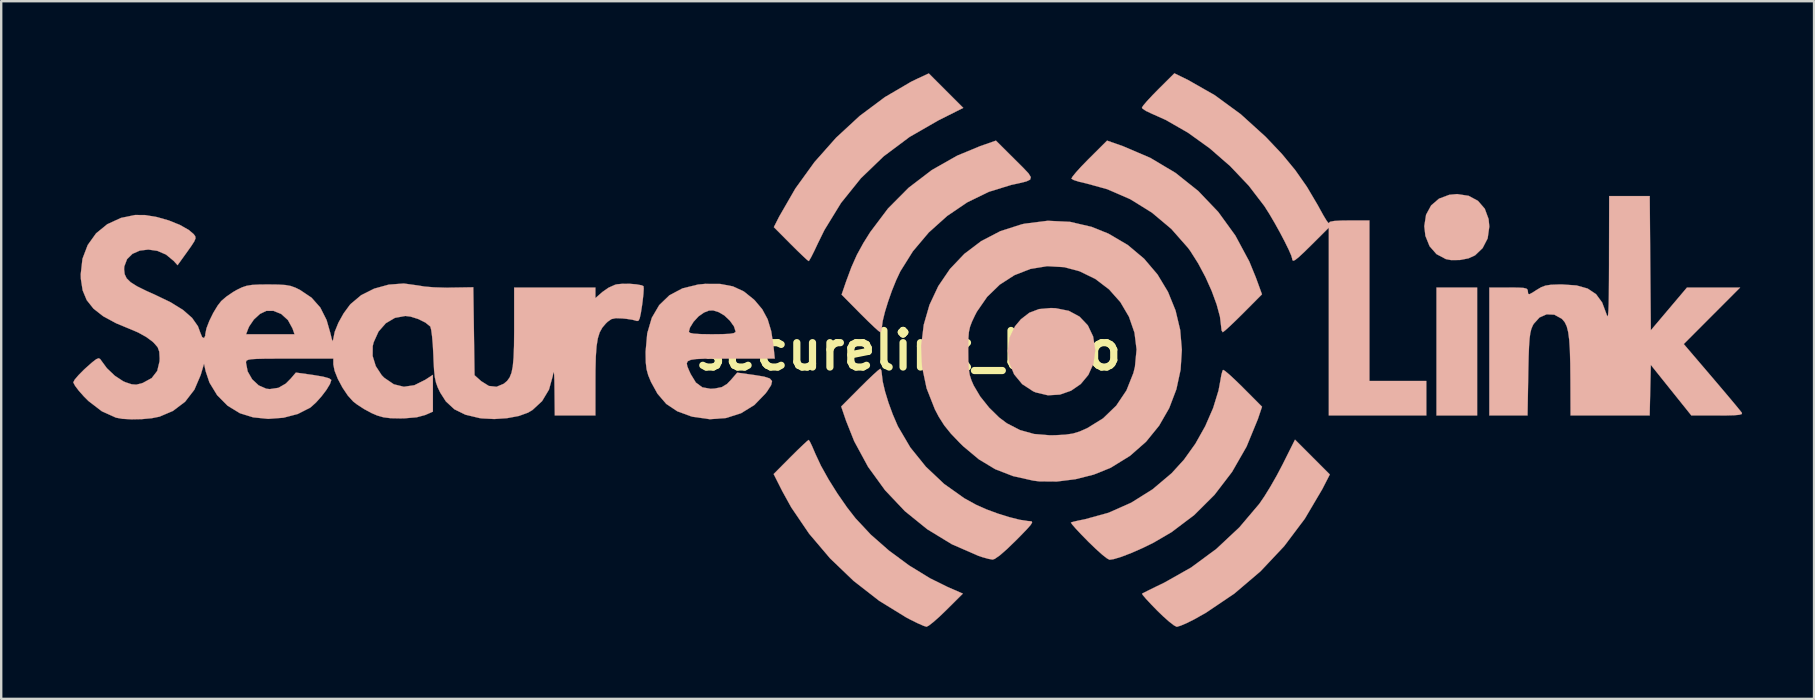
<source format=kicad_pcb>
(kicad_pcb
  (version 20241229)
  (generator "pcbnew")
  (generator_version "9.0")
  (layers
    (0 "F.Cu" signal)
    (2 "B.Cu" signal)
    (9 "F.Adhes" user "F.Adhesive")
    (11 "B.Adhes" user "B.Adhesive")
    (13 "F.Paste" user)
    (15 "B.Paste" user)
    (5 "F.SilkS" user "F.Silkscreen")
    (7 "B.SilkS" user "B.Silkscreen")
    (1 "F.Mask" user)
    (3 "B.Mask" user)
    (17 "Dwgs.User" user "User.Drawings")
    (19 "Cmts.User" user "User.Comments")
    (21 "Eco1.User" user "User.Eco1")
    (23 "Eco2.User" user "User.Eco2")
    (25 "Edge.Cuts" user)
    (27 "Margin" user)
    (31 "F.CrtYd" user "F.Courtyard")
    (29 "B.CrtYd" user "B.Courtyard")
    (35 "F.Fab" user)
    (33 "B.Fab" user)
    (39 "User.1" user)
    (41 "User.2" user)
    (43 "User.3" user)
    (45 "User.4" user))
  (footprint "securelink_logo"
    (layer "F.Cu")
    (at 34.803 11.557)
    (property "Reference" "securelink_logo" (at 0 0 0) (layer "F.SilkS") (effects (font (size 1.524 1.524) (thickness 0.3))))
    (attr through_hole)
    (fp_poly (pts (xy 23.707 2.709) (xy 22.013 2.709) (xy 22.013 -2.625) (xy 23.707 -2.625) (xy 23.707 2.709)) (stroke (width 0.01) (type solid)) (fill yes) (layer "B.SilkS"))
    (fp_poly (pts (xy 23.354 -6.446) (xy 23.743 -6.236) (xy 24.026 -5.909) (xy 24.185 -5.479) (xy 24.215 -5.165) (xy 24.146 -4.672) (xy 23.936 -4.267) (xy 23.622 -3.966) (xy 23.349 -3.841) (xy 22.991 -3.771) (xy 22.625 -3.767) (xy 22.404 -3.809) (xy 22.014 -4.016) (xy 21.725 -4.346) (xy 21.551 -4.777) (xy 21.505 -5.183) (xy 21.579 -5.658) (xy 21.79 -6.046) (xy 22.119 -6.328) (xy 22.549 -6.489) (xy 22.874 -6.519) (xy 23.354 -6.446)) (stroke (width 0.01) (type solid)) (fill yes) (layer "B.SilkS"))
    (fp_poly (pts (xy 6.145 -1.762) (xy 6.69 -1.653) (xy 7.141 -1.409) (xy 7.484 -1.047) (xy 7.705 -0.581) (xy 7.789 -0.028) (xy 7.789 0.017) (xy 7.714 0.552) (xy 7.505 1.017) (xy 7.187 1.398) (xy 6.784 1.676) (xy 6.32 1.838) (xy 5.82 1.867) (xy 5.309 1.746) (xy 5.207 1.702) (xy 4.748 1.402) (xy 4.41 0.992) (xy 4.206 0.495) (xy 4.149 0.013) (xy 4.222 -0.532) (xy 4.447 -1.007) (xy 4.693 -1.301) (xy 5.044 -1.573) (xy 5.448 -1.726) (xy 5.944 -1.77) (xy 6.145 -1.762)) (stroke (width 0.01) (type solid)) (fill yes) (layer "B.SilkS"))
    (fp_poly (pts (xy 1.573 -10.829) (xy 2.292 -10.111) (xy 1.252 -9.589) (xy 0.054 -8.9) (xy -1.024 -8.094) (xy -1.977 -7.176) (xy -2.802 -6.15) (xy -3.496 -5.019) (xy -3.774 -4.453) (xy -3.922 -4.139) (xy -4.046 -3.893) (xy -4.129 -3.749) (xy -4.151 -3.726) (xy -4.224 -3.782) (xy -4.391 -3.936) (xy -4.627 -4.163) (xy -4.899 -4.433) (xy -5.603 -5.141) (xy -5.38 -5.581) (xy -4.706 -6.75) (xy -3.91 -7.851) (xy -3.01 -8.866) (xy -2.026 -9.775) (xy -0.976 -10.559) (xy 0.118 -11.2) (xy 0.409 -11.341) (xy 0.855 -11.547) (xy 1.573 -10.829)) (stroke (width 0.01) (type solid)) (fill yes) (layer "B.SilkS"))
    (fp_poly (pts (xy 16.843 4.441) (xy 17.568 5.167) (xy 17.253 5.78) (xy 16.527 7.01) (xy 15.664 8.157) (xy 14.68 9.202) (xy 13.589 10.131) (xy 12.409 10.927) (xy 11.906 11.21) (xy 11.611 11.357) (xy 11.36 11.465) (xy 11.201 11.514) (xy 11.188 11.515) (xy 11.074 11.457) (xy 10.873 11.302) (xy 10.615 11.073) (xy 10.374 10.84) (xy 10.111 10.569) (xy 9.903 10.345) (xy 9.773 10.191) (xy 9.741 10.135) (xy 9.828 10.089) (xy 10.036 9.984) (xy 10.333 9.838) (xy 10.674 9.673) (xy 11.788 9.044) (xy 12.838 8.27) (xy 13.799 7.37) (xy 14.628 6.392) (xy 14.842 6.08) (xy 15.096 5.668) (xy 15.358 5.209) (xy 15.595 4.758) (xy 15.596 4.757) (xy 16.117 3.715) (xy 16.843 4.441)) (stroke (width 0.01) (type solid)) (fill yes) (layer "B.SilkS"))
    (fp_poly (pts (xy -4.1 3.799) (xy -4.007 3.991) (xy -3.89 4.263) (xy -3.869 4.313) (xy -3.64 4.803) (xy -3.324 5.369) (xy -2.952 5.963) (xy -2.554 6.537) (xy -2.201 6.991) (xy -1.563 7.674) (xy -0.803 8.341) (xy 0.034 8.958) (xy 0.902 9.491) (xy 1.639 9.856) (xy 2.275 10.132) (xy 1.58 10.823) (xy 1.295 11.097) (xy 1.043 11.319) (xy 0.854 11.466) (xy 0.76 11.513) (xy 0.635 11.474) (xy 0.401 11.371) (xy 0.098 11.222) (xy -0.084 11.126) (xy -1.211 10.433) (xy -2.277 9.604) (xy -3.258 8.664) (xy -4.133 7.634) (xy -4.877 6.539) (xy -5.251 5.862) (xy -5.611 5.149) (xy -4.903 4.437) (xy -4.624 4.16) (xy -4.388 3.934) (xy -4.222 3.781) (xy -4.151 3.726) (xy -4.1 3.799)) (stroke (width 0.01) (type solid)) (fill yes) (layer "B.SilkS"))
    (fp_poly (pts (xy 8.947 -8.515) (xy 10.089 -8.027) (xy 11.137 -7.402) (xy 12.084 -6.648) (xy 12.918 -5.774) (xy 13.631 -4.791) (xy 14.213 -3.708) (xy 14.485 -3.043) (xy 14.741 -2.341) (xy 13.955 -1.551) (xy 13.658 -1.258) (xy 13.403 -1.014) (xy 13.212 -0.842) (xy 13.111 -0.764) (xy 13.104 -0.762) (xy 13.057 -0.835) (xy 13.039 -0.997) (xy 12.99 -1.407) (xy 12.853 -1.914) (xy 12.646 -2.479) (xy 12.383 -3.065) (xy 12.08 -3.633) (xy 11.754 -4.147) (xy 11.656 -4.28) (xy 10.964 -5.065) (xy 10.156 -5.744) (xy 9.257 -6.302) (xy 8.294 -6.721) (xy 7.413 -6.964) (xy 7.12 -7.032) (xy 6.9 -7.102) (xy 6.8 -7.159) (xy 6.799 -7.162) (xy 6.846 -7.248) (xy 6.992 -7.427) (xy 7.216 -7.674) (xy 7.496 -7.962) (xy 7.529 -7.994) (xy 8.285 -8.747) (xy 8.947 -8.515)) (stroke (width 0.01) (type solid)) (fill yes) (layer "B.SilkS"))
    (fp_poly (pts (xy 4.453 -7.951) (xy 4.79 -7.616) (xy 5.01 -7.383) (xy 5.107 -7.226) (xy 5.079 -7.122) (xy 4.922 -7.046) (xy 4.631 -6.974) (xy 4.284 -6.899) (xy 3.355 -6.612) (xy 2.458 -6.175) (xy 1.616 -5.604) (xy 0.853 -4.918) (xy 0.192 -4.135) (xy -0.332 -3.298) (xy -0.504 -2.932) (xy -0.679 -2.499) (xy -0.84 -2.042) (xy -0.974 -1.606) (xy -1.065 -1.234) (xy -1.101 -0.97) (xy -1.101 -0.964) (xy -1.124 -0.81) (xy -1.166 -0.762) (xy -1.247 -0.819) (xy -1.421 -0.975) (xy -1.664 -1.207) (xy -1.953 -1.493) (xy -2.005 -1.545) (xy -2.779 -2.328) (xy -2.59 -2.879) (xy -2.368 -3.477) (xy -2.142 -3.985) (xy -1.872 -4.477) (xy -1.585 -4.935) (xy -0.845 -5.918) (xy 0.014 -6.782) (xy 0.98 -7.52) (xy 2.044 -8.123) (xy 2.991 -8.515) (xy 3.653 -8.747) (xy 4.453 -7.951)) (stroke (width 0.01) (type solid)) (fill yes) (layer "B.SilkS"))
    (fp_poly (pts (xy 13.197 0.85) (xy 13.369 0.993) (xy 13.611 1.216) (xy 13.9 1.496) (xy 13.96 1.557) (xy 14.743 2.343) (xy 14.568 2.863) (xy 14.098 4.006) (xy 13.493 5.061) (xy 12.762 6.015) (xy 11.917 6.857) (xy 10.965 7.575) (xy 10.221 8.009) (xy 9.75 8.239) (xy 9.294 8.439) (xy 8.889 8.595) (xy 8.568 8.693) (xy 8.388 8.721) (xy 8.279 8.663) (xy 8.08 8.507) (xy 7.82 8.274) (xy 7.524 7.989) (xy 7.496 7.961) (xy 7.214 7.673) (xy 6.986 7.43) (xy 6.833 7.255) (xy 6.777 7.172) (xy 6.778 7.169) (xy 6.874 7.138) (xy 7.09 7.088) (xy 7.366 7.032) (xy 8.346 6.762) (xy 9.294 6.341) (xy 10.18 5.786) (xy 10.975 5.115) (xy 11.492 4.548) (xy 11.965 3.886) (xy 12.376 3.154) (xy 12.705 2.398) (xy 12.93 1.666) (xy 13.006 1.258) (xy 13.049 1.011) (xy 13.096 0.844) (xy 13.119 0.807) (xy 13.197 0.85)) (stroke (width 0.01) (type solid)) (fill yes) (layer "B.SilkS"))
    (fp_poly (pts (xy -1.119 0.835) (xy -1.101 0.997) (xy -1.065 1.297) (xy -0.969 1.705) (xy -0.826 2.173) (xy -0.649 2.657) (xy -0.454 3.112) (xy -0.424 3.175) (xy 0.085 4.041) (xy 0.733 4.844) (xy 1.492 5.56) (xy 2.336 6.159) (xy 2.835 6.434) (xy 3.255 6.62) (xy 3.728 6.795) (xy 4.206 6.944) (xy 4.641 7.054) (xy 4.987 7.108) (xy 5.071 7.112) (xy 5.147 7.124) (xy 5.161 7.171) (xy 5.1 7.27) (xy 4.951 7.441) (xy 4.701 7.7) (xy 4.487 7.916) (xy 4.112 8.279) (xy 3.814 8.539) (xy 3.604 8.685) (xy 3.515 8.714) (xy 3.339 8.683) (xy 3.078 8.61) (xy 2.921 8.557) (xy 1.816 8.075) (xy 0.791 7.45) (xy -0.141 6.696) (xy -0.967 5.824) (xy -1.675 4.849) (xy -2.253 3.783) (xy -2.595 2.924) (xy -2.796 2.334) (xy -2.014 1.548) (xy -1.718 1.255) (xy -1.463 1.012) (xy -1.273 0.841) (xy -1.173 0.764) (xy -1.166 0.762) (xy -1.119 0.835)) (stroke (width 0.01) (type solid)) (fill yes) (layer "B.SilkS"))
    (fp_poly (pts (xy 11.662 -11.272) (xy 12.772 -10.64) (xy 13.852 -9.85) (xy 14.887 -8.912) (xy 14.903 -8.896) (xy 15.57 -8.192) (xy 16.126 -7.518) (xy 16.613 -6.823) (xy 17.067 -6.055) (xy 17.146 -5.909) (xy 17.307 -5.62) (xy 17.434 -5.411) (xy 17.51 -5.31) (xy 17.525 -5.313) (xy 17.577 -5.365) (xy 17.746 -5.398) (xy 18.05 -5.415) (xy 18.373 -5.419) (xy 19.219 -5.419) (xy 19.219 1.27) (xy 21.59 1.27) (xy 21.59 2.709) (xy 17.526 2.709) (xy 17.526 -5.119) (xy 16.826 -4.422) (xy 16.495 -4.097) (xy 16.264 -3.883) (xy 16.116 -3.767) (xy 16.035 -3.739) (xy 16.004 -3.784) (xy 16.002 -3.817) (xy 15.961 -3.958) (xy 15.85 -4.211) (xy 15.687 -4.543) (xy 15.489 -4.92) (xy 15.273 -5.309) (xy 15.057 -5.677) (xy 14.858 -5.992) (xy 14.839 -6.021) (xy 14.188 -6.87) (xy 13.419 -7.68) (xy 12.564 -8.425) (xy 11.657 -9.077) (xy 10.731 -9.608) (xy 10.139 -9.873) (xy 9.91 -9.98) (xy 9.765 -10.077) (xy 9.737 -10.12) (xy 9.794 -10.211) (xy 9.948 -10.392) (xy 10.175 -10.636) (xy 10.413 -10.879) (xy 11.09 -11.552) (xy 11.662 -11.272)) (stroke (width 0.01) (type solid)) (fill yes) (layer "B.SilkS"))
    (fp_poly (pts (xy -7.834 -2.773) (xy -7.307 -2.672) (xy -6.855 -2.462) (xy -6.441 -2.131) (xy -6.399 -2.09) (xy -6.085 -1.717) (xy -5.861 -1.302) (xy -5.711 -0.805) (xy -5.618 -0.191) (xy -5.564 0.339) (xy -7.396 0.339) (xy -8.024 0.338) (xy -8.5 0.342) (xy -8.841 0.357) (xy -9.065 0.39) (xy -9.189 0.447) (xy -9.231 0.535) (xy -9.208 0.661) (xy -9.137 0.832) (xy -9.065 0.988) (xy -8.851 1.337) (xy -8.583 1.535) (xy -8.236 1.596) (xy -8.063 1.585) (xy -7.771 1.526) (xy -7.556 1.396) (xy -7.396 1.231) (xy -7.129 0.923) (xy -6.401 1.024) (xy -6.007 1.089) (xy -5.77 1.166) (xy -5.677 1.275) (xy -5.714 1.44) (xy -5.868 1.682) (xy -5.951 1.793) (xy -6.415 2.272) (xy -6.968 2.614) (xy -7.592 2.813) (xy -8.27 2.864) (xy -8.985 2.762) (xy -9.052 2.744) (xy -9.63 2.532) (xy -10.087 2.226) (xy -10.452 1.802) (xy -10.721 1.314) (xy -10.838 1.033) (xy -10.907 0.782) (xy -10.94 0.496) (xy -10.947 0.114) (xy -10.947 0.044) (xy -10.879 -0.717) (xy -10.859 -0.783) (xy -9.144 -0.783) (xy -9.096 -0.734) (xy -8.938 -0.702) (xy -8.652 -0.684) (xy -8.218 -0.677) (xy -8.17 -0.677) (xy -7.734 -0.682) (xy -7.442 -0.696) (xy -7.273 -0.724) (xy -7.203 -0.768) (xy -7.197 -0.792) (xy -7.264 -1.003) (xy -7.435 -1.242) (xy -7.664 -1.459) (xy -7.901 -1.598) (xy -8.133 -1.67) (xy -8.31 -1.663) (xy -8.514 -1.581) (xy -8.741 -1.422) (xy -8.951 -1.193) (xy -9.099 -0.951) (xy -9.144 -0.783) (xy -10.859 -0.783) (xy -10.689 -1.363) (xy -10.379 -1.893) (xy -9.952 -2.303) (xy -9.411 -2.589) (xy -8.76 -2.749) (xy -8.471 -2.776) (xy -7.834 -2.773)) (stroke (width 0.01) (type solid)) (fill yes) (layer "B.SilkS"))
    (fp_poly (pts (xy 30.923 -3.639) (xy 30.946 -0.842) (xy 31.7 -1.734) (xy 32.454 -2.625) (xy 34.669 -2.625) (xy 33.493 -1.447) (xy 32.318 -0.269) (xy 33.499 1.114) (xy 33.851 1.528) (xy 34.168 1.903) (xy 34.431 2.217) (xy 34.625 2.452) (xy 34.731 2.585) (xy 34.744 2.603) (xy 34.735 2.649) (xy 34.631 2.68) (xy 34.412 2.699) (xy 34.057 2.708) (xy 33.722 2.709) (xy 32.636 2.709) (xy 31.791 1.655) (xy 30.946 0.601) (xy 30.922 1.655) (xy 30.898 2.709) (xy 27.601 2.709) (xy 27.595 1.249) (xy 27.588 0.543) (xy 27.573 -0.014) (xy 27.545 -0.444) (xy 27.502 -0.767) (xy 27.442 -1.004) (xy 27.361 -1.175) (xy 27.256 -1.302) (xy 27.229 -1.326) (xy 26.924 -1.493) (xy 26.604 -1.507) (xy 26.306 -1.376) (xy 26.064 -1.108) (xy 26.019 -1.025) (xy 25.965 -0.893) (xy 25.924 -0.725) (xy 25.893 -0.495) (xy 25.871 -0.179) (xy 25.854 0.25) (xy 25.841 0.815) (xy 25.838 0.995) (xy 25.808 2.709) (xy 24.215 2.709) (xy 24.215 -2.625) (xy 25.019 -2.625) (xy 25.393 -2.622) (xy 25.629 -2.61) (xy 25.758 -2.582) (xy 25.812 -2.531) (xy 25.823 -2.454) (xy 25.834 -2.36) (xy 25.889 -2.346) (xy 26.023 -2.418) (xy 26.177 -2.518) (xy 26.371 -2.634) (xy 26.554 -2.704) (xy 26.779 -2.739) (xy 27.1 -2.751) (xy 27.256 -2.752) (xy 27.851 -2.711) (xy 28.314 -2.581) (xy 28.663 -2.348) (xy 28.917 -2.002) (xy 29.094 -1.529) (xy 29.124 -1.441) (xy 29.147 -1.425) (xy 29.165 -1.494) (xy 29.179 -1.662) (xy 29.19 -1.943) (xy 29.197 -2.349) (xy 29.201 -2.895) (xy 29.204 -3.593) (xy 29.204 -3.789) (xy 29.21 -6.435) (xy 30.056 -6.435) (xy 30.901 -6.435) (xy 30.923 -3.639)) (stroke (width 0.01) (type solid)) (fill yes) (layer "B.SilkS"))
    (fp_poly (pts (xy 6.74 -5.362) (xy 7.643 -5.152) (xy 8.344 -4.869) (xy 9.147 -4.397) (xy 9.828 -3.825) (xy 10.387 -3.168) (xy 10.824 -2.443) (xy 11.139 -1.667) (xy 11.332 -0.856) (xy 11.402 -0.027) (xy 11.349 0.803) (xy 11.173 1.617) (xy 10.875 2.4) (xy 10.453 3.134) (xy 9.909 3.803) (xy 9.241 4.39) (xy 8.45 4.878) (xy 8.418 4.895) (xy 7.73 5.172) (xy 6.969 5.364) (xy 6.194 5.461) (xy 5.46 5.455) (xy 5.207 5.423) (xy 4.363 5.234) (xy 3.623 4.947) (xy 2.946 4.54) (xy 2.29 3.992) (xy 2.151 3.856) (xy 1.779 3.467) (xy 1.5 3.122) (xy 1.271 2.762) (xy 1.11 2.455) (xy 0.764 1.577) (xy 0.576 0.686) (xy 0.549 0.041) (xy 2.499 0.041) (xy 2.504 0.473) (xy 2.523 0.785) (xy 2.563 1.026) (xy 2.632 1.243) (xy 2.726 1.458) (xy 2.997 1.916) (xy 3.368 2.381) (xy 3.787 2.792) (xy 4.106 3.032) (xy 4.655 3.316) (xy 5.239 3.479) (xy 5.904 3.534) (xy 6.138 3.53) (xy 6.55 3.507) (xy 6.86 3.462) (xy 7.137 3.378) (xy 7.449 3.24) (xy 7.457 3.237) (xy 8.118 2.828) (xy 8.667 2.298) (xy 9.093 1.664) (xy 9.381 0.941) (xy 9.446 0.678) (xy 9.514 -0.042) (xy 9.427 -0.743) (xy 9.197 -1.407) (xy 8.84 -2.014) (xy 8.369 -2.545) (xy 7.797 -2.981) (xy 7.138 -3.302) (xy 6.5 -3.473) (xy 5.79 -3.514) (xy 5.09 -3.399) (xy 4.424 -3.139) (xy 3.815 -2.747) (xy 3.286 -2.235) (xy 2.858 -1.616) (xy 2.778 -1.462) (xy 2.654 -1.2) (xy 2.573 -0.985) (xy 2.526 -0.768) (xy 2.505 -0.499) (xy 2.499 -0.129) (xy 2.499 0.041) (xy 0.549 0.041) (xy 0.539 -0.202) (xy 0.644 -1.07) (xy 0.884 -1.902) (xy 1.251 -2.683) (xy 1.737 -3.397) (xy 2.336 -4.027) (xy 3.038 -4.558) (xy 3.837 -4.974) (xy 4.725 -5.258) (xy 4.847 -5.285) (xy 5.811 -5.406) (xy 6.74 -5.362)) (stroke (width 0.01) (type solid)) (fill yes) (layer "B.SilkS"))
    (fp_poly (pts (xy -31.8 -5.643) (xy -31.316 -5.562) (xy -30.818 -5.42) (xy -30.356 -5.234) (xy -29.979 -5.019) (xy -29.783 -4.852) (xy -29.717 -4.764) (xy -29.703 -4.675) (xy -29.756 -4.547) (xy -29.886 -4.346) (xy -30.045 -4.122) (xy -30.453 -3.555) (xy -30.615 -3.734) (xy -30.934 -3.997) (xy -31.297 -4.153) (xy -31.671 -4.206) (xy -32.027 -4.163) (xy -32.333 -4.028) (xy -32.558 -3.806) (xy -32.673 -3.503) (xy -32.681 -3.386) (xy -32.658 -3.182) (xy -32.575 -3.008) (xy -32.409 -2.845) (xy -32.14 -2.675) (xy -31.745 -2.48) (xy -31.427 -2.339) (xy -30.748 -2.013) (xy -30.225 -1.69) (xy -29.848 -1.359) (xy -29.604 -1.012) (xy -29.504 -0.741) (xy -29.429 -0.56) (xy -29.351 -0.517) (xy -29.299 -0.618) (xy -29.295 -0.677) (xy -27.597 -0.677) (xy -25.578 -0.677) (xy -25.663 -0.92) (xy -25.854 -1.268) (xy -26.132 -1.521) (xy -26.46 -1.653) (xy -26.757 -1.65) (xy -27.017 -1.525) (xy -27.272 -1.291) (xy -27.469 -1.002) (xy -27.509 -0.91) (xy -27.597 -0.677) (xy -29.295 -0.677) (xy -29.294 -0.699) (xy -29.248 -0.926) (xy -29.129 -1.234) (xy -28.965 -1.568) (xy -28.782 -1.87) (xy -28.633 -2.061) (xy -28.423 -2.242) (xy -28.141 -2.435) (xy -27.982 -2.527) (xy -27.771 -2.63) (xy -27.575 -2.696) (xy -27.347 -2.733) (xy -27.038 -2.749) (xy -26.67 -2.752) (xy -26.254 -2.747) (xy -25.959 -2.729) (xy -25.737 -2.689) (xy -25.54 -2.618) (xy -25.348 -2.523) (xy -24.867 -2.2) (xy -24.504 -1.79) (xy -24.242 -1.27) (xy -24.087 -0.731) (xy -24.024 -0.473) (xy -23.984 -0.383) (xy -23.967 -0.46) (xy -23.967 -0.466) (xy -23.904 -0.778) (xy -23.75 -1.157) (xy -23.532 -1.548) (xy -23.277 -1.895) (xy -23.242 -1.935) (xy -22.802 -2.305) (xy -22.258 -2.578) (xy -21.651 -2.745) (xy -21.025 -2.792) (xy -20.43 -2.71) (xy -20.158 -2.665) (xy -19.771 -2.633) (xy -19.323 -2.619) (xy -19.076 -2.62) (xy -18.128 -2.635) (xy -18.076 1.03) (xy -17.8 1.277) (xy -17.48 1.477) (xy -17.159 1.512) (xy -16.859 1.386) (xy -16.72 1.27) (xy -16.614 1.124) (xy -16.536 0.928) (xy -16.482 0.657) (xy -16.449 0.289) (xy -16.431 -0.197) (xy -16.425 -0.826) (xy -16.425 -0.971) (xy -16.425 -2.625) (xy -13.039 -2.625) (xy -13.039 -2.184) (xy -12.744 -2.442) (xy -12.491 -2.618) (xy -12.218 -2.74) (xy -12.146 -2.758) (xy -11.905 -2.781) (xy -11.613 -2.78) (xy -11.331 -2.757) (xy -11.116 -2.718) (xy -11.035 -2.682) (xy -11.025 -2.582) (xy -11.038 -2.356) (xy -11.072 -2.046) (xy -11.091 -1.904) (xy -11.146 -1.552) (xy -11.193 -1.341) (xy -11.243 -1.242) (xy -11.307 -1.228) (xy -11.334 -1.238) (xy -11.495 -1.281) (xy -11.754 -1.32) (xy -11.916 -1.336) (xy -12.191 -1.346) (xy -12.371 -1.308) (xy -12.526 -1.2) (xy -12.606 -1.123) (xy -12.75 -0.954) (xy -12.86 -0.756) (xy -12.938 -0.506) (xy -12.991 -0.177) (xy -13.022 0.255) (xy -13.036 0.815) (xy -13.038 1.249) (xy -13.039 2.709) (xy -14.732 2.709) (xy -14.743 1.672) (xy -14.749 1.259) (xy -14.758 1.004) (xy -14.773 0.898) (xy -14.792 0.929) (xy -14.816 1.062) (xy -14.974 1.631) (xy -15.262 2.111) (xy -15.663 2.481) (xy -15.847 2.59) (xy -16.231 2.729) (xy -16.719 2.82) (xy -17.252 2.856) (xy -17.769 2.83) (xy -17.867 2.817) (xy -18.457 2.676) (xy -18.917 2.45) (xy -19.272 2.121) (xy -19.506 1.755) (xy -19.611 1.537) (xy -19.683 1.337) (xy -19.731 1.115) (xy -19.762 0.826) (xy -19.784 0.431) (xy -19.793 0.191) (xy -19.815 -0.227) (xy -19.846 -0.588) (xy -19.882 -0.857) (xy -19.919 -0.996) (xy -19.923 -1.001) (xy -20.123 -1.163) (xy -20.42 -1.311) (xy -20.741 -1.412) (xy -20.96 -1.439) (xy -21.394 -1.36) (xy -21.775 -1.135) (xy -22.078 -0.789) (xy -22.28 -0.343) (xy -22.319 -0.184) (xy -22.323 0.229) (xy -22.192 0.652) (xy -21.946 1.029) (xy -21.838 1.138) (xy -21.439 1.409) (xy -21.022 1.511) (xy -20.584 1.447) (xy -20.13 1.221) (xy -19.812 1.014) (xy -19.812 1.781) (xy -19.812 2.549) (xy -20.13 2.688) (xy -20.487 2.784) (xy -21.001 2.827) (xy -21.167 2.83) (xy -21.57 2.822) (xy -21.87 2.785) (xy -22.134 2.709) (xy -22.356 2.614) (xy -22.677 2.442) (xy -22.987 2.24) (xy -23.135 2.124) (xy -23.358 1.877) (xy -23.58 1.546) (xy -23.773 1.185) (xy -23.909 0.844) (xy -23.961 0.579) (xy -23.961 0.339) (xy -25.781 0.339) (xy -26.38 0.339) (xy -26.831 0.342) (xy -27.154 0.35) (xy -27.372 0.363) (xy -27.504 0.386) (xy -27.572 0.418) (xy -27.598 0.463) (xy -27.601 0.511) (xy -27.531 0.873) (xy -27.343 1.201) (xy -27.072 1.454) (xy -26.755 1.593) (xy -26.611 1.609) (xy -26.248 1.555) (xy -25.941 1.378) (xy -25.736 1.171) (xy -25.522 0.92) (xy -24.784 1.023) (xy -24.388 1.09) (xy -24.138 1.159) (xy -24.046 1.227) (xy -24.045 1.231) (xy -24.102 1.399) (xy -24.248 1.64) (xy -24.452 1.909) (xy -24.68 2.164) (xy -24.897 2.361) (xy -24.934 2.387) (xy -25.443 2.646) (xy -26.04 2.802) (xy -26.676 2.85) (xy -27.303 2.786) (xy -27.853 2.616) (xy -28.37 2.3) (xy -28.804 1.862) (xy -29.124 1.337) (xy -29.281 0.869) (xy -29.35 0.55) (xy -29.489 1.021) (xy -29.752 1.634) (xy -30.14 2.137) (xy -30.645 2.519) (xy -31.205 2.757) (xy -31.527 2.822) (xy -31.935 2.86) (xy -32.365 2.869) (xy -32.753 2.848) (xy -33.02 2.799) (xy -33.608 2.534) (xy -34.168 2.105) (xy -34.354 1.919) (xy -34.568 1.678) (xy -34.725 1.47) (xy -34.796 1.336) (xy -34.798 1.325) (xy -34.739 1.213) (xy -34.58 1.027) (xy -34.354 0.799) (xy -34.269 0.721) (xy -34.008 0.49) (xy -33.841 0.362) (xy -33.74 0.323) (xy -33.677 0.356) (xy -33.655 0.389) (xy -33.399 0.737) (xy -33.068 1.052) (xy -32.721 1.28) (xy -32.624 1.323) (xy -32.367 1.408) (xy -32.176 1.423) (xy -31.962 1.372) (xy -31.896 1.349) (xy -31.53 1.149) (xy -31.301 0.852) (xy -31.204 0.451) (xy -31.2 0.326) (xy -31.215 0.051) (xy -31.283 -0.136) (xy -31.439 -0.316) (xy -31.504 -0.376) (xy -31.758 -0.563) (xy -32.087 -0.746) (xy -32.308 -0.842) (xy -33.008 -1.132) (xy -33.553 -1.427) (xy -33.958 -1.745) (xy -34.239 -2.099) (xy -34.409 -2.507) (xy -34.483 -2.983) (xy -34.489 -3.175) (xy -34.416 -3.823) (xy -34.197 -4.397) (xy -33.848 -4.883) (xy -33.381 -5.264) (xy -32.81 -5.526) (xy -32.223 -5.647) (xy -31.8 -5.643)) (stroke (width 0.01) (type solid)) (fill yes) (layer "B.SilkS")))
  (gr_rect
    (start -3 -3)
    (end 72.552 26.076)
    (stroke (width 0.1) (type default))
    (fill no)
    (layer "Edge.Cuts")))
</source>
